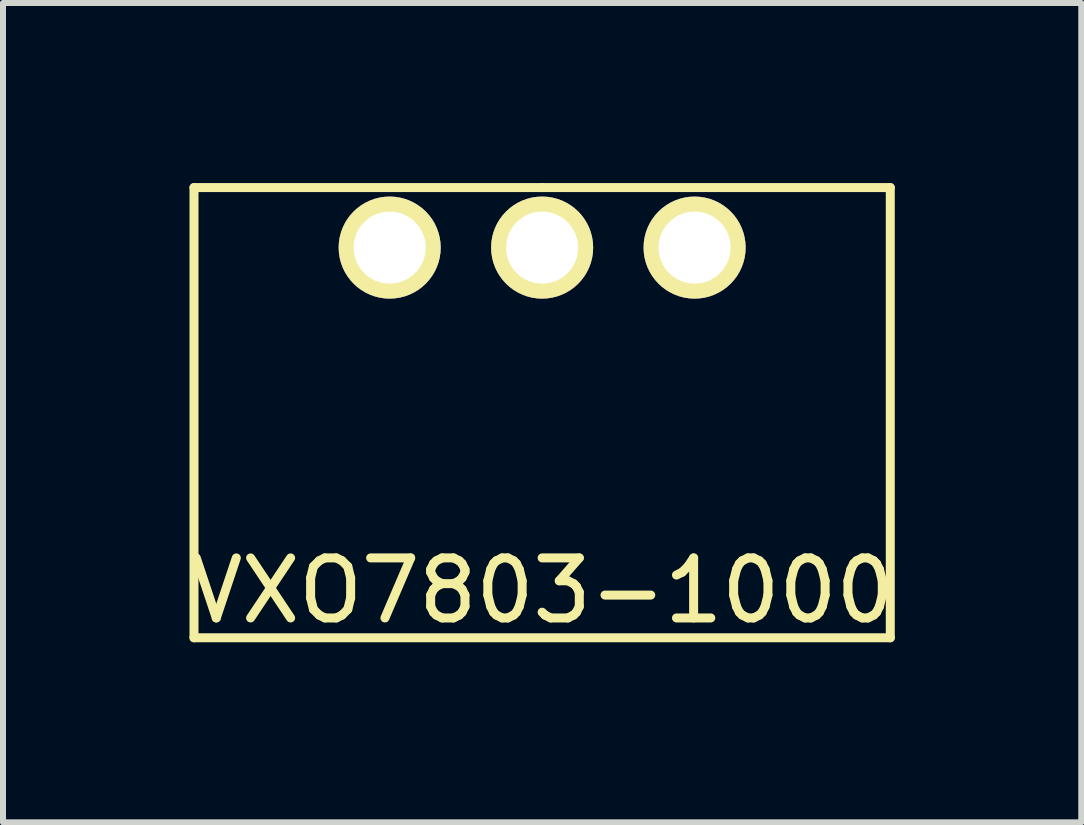
<source format=kicad_pcb>
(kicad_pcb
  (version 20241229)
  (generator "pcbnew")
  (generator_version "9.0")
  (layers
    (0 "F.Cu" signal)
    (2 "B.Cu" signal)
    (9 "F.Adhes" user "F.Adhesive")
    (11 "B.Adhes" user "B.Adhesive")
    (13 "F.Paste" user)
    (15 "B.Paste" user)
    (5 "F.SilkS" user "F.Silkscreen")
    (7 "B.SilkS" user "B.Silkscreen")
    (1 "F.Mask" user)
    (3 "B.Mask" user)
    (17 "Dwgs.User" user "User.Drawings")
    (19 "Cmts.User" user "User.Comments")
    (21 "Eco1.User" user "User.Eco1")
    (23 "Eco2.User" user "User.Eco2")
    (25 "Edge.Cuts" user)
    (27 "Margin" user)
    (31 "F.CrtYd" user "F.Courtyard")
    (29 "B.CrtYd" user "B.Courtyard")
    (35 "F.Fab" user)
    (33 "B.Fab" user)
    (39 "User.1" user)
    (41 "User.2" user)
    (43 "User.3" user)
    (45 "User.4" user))
  (footprint "VXO7803-1000"
    (layer "F.Cu")
    (at 5.982 1.075)
    (property "Reference" "VXO7803-1000" (at 0 5.715 0) (layer "F.SilkS") (effects (font (size 1 1) (thickness 0.15))))
    (attr through_hole)
    (fp_line (start -5.8 -1) (end 0 -1) (stroke (width 0.15) (type solid)) (layer "F.SilkS"))
    (fp_line (start -5.8 6.5) (end -5.8 -1) (stroke (width 0.15) (type solid)) (layer "F.SilkS"))
    (fp_line (start 0 -1) (end 5.8 -1) (stroke (width 0.15) (type solid)) (layer "F.SilkS"))
    (fp_line (start 5.8 -1) (end 5.8 6.5) (stroke (width 0.15) (type solid)) (layer "F.SilkS"))
    (fp_line (start 5.8 6.5) (end -5.8 6.5) (stroke (width 0.15) (type solid)) (layer "F.SilkS"))
    (pad "1" thru_hole circle (at 2.54 0) (size 1.7 1.7) (drill 1.2) (layers "*.Cu" "*.Mask" "F.SilkS"))
    (pad "2" thru_hole circle (at 0 0) (size 1.7 1.7) (drill 1.2) (layers "*.Cu" "*.Mask" "F.SilkS"))
    (pad "3" thru_hole circle (at -2.54 0) (size 1.7 1.7) (drill 1.2) (layers "*.Cu" "*.Mask" "F.SilkS")))
  (gr_rect
    (start -3 -3)
    (end 14.964 10.65)
    (stroke (width 0.1) (type default))
    (fill no)
    (layer "Edge.Cuts")))
</source>
